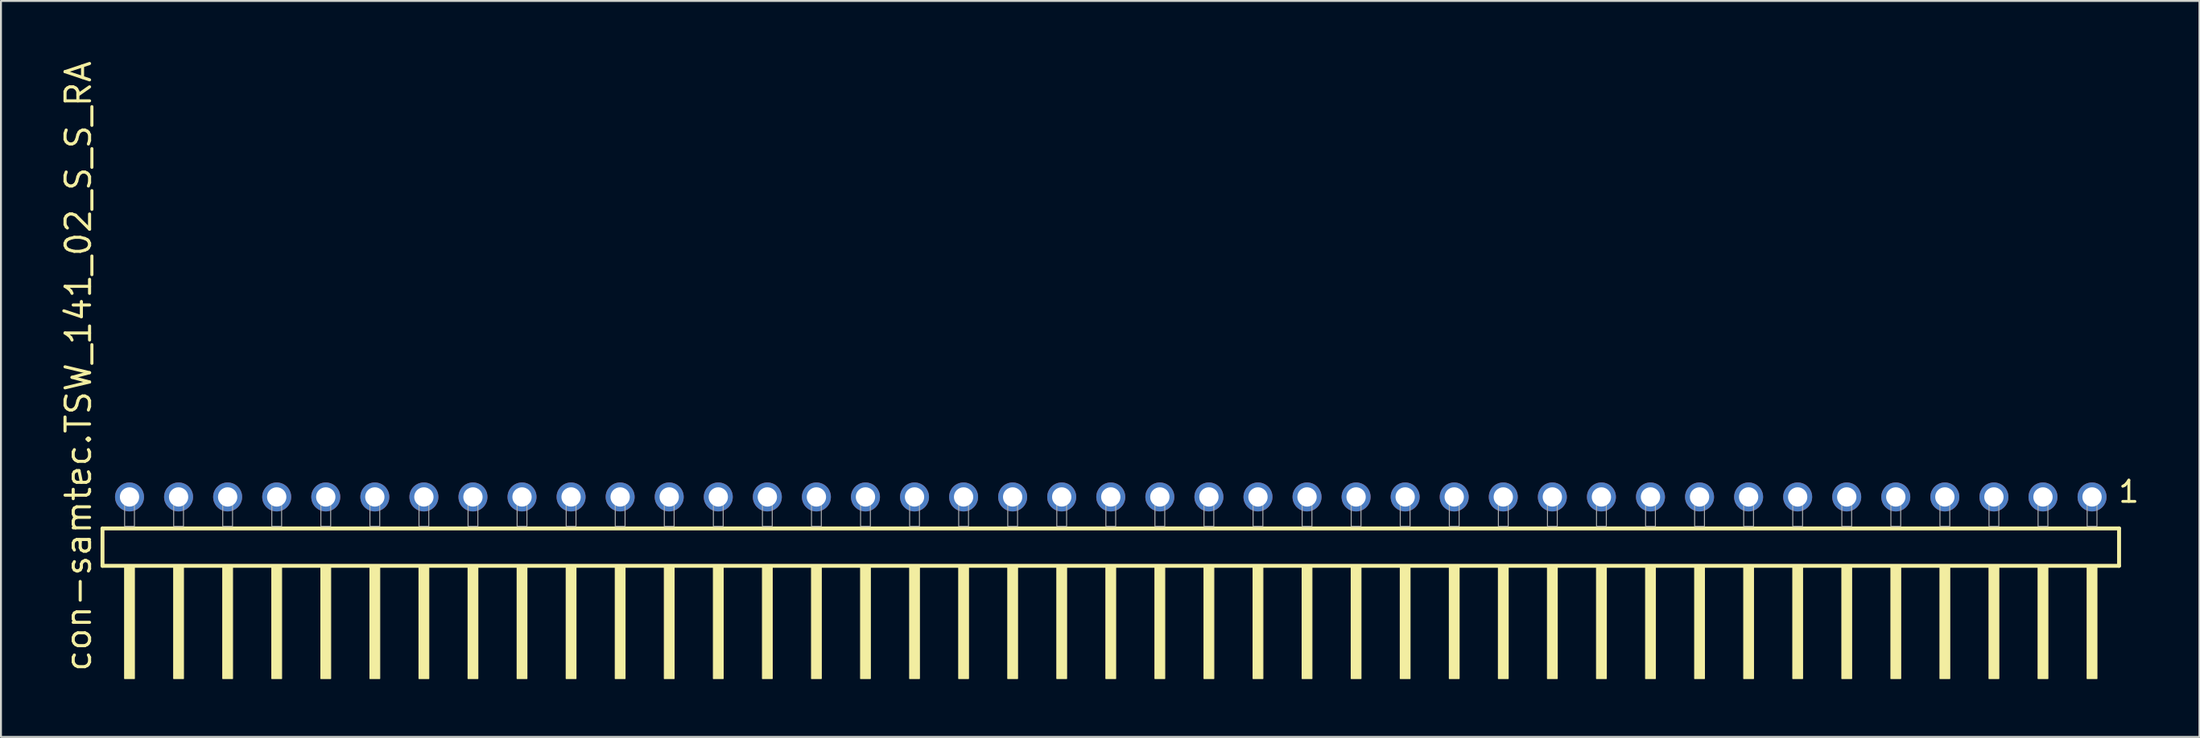
<source format=kicad_pcb>
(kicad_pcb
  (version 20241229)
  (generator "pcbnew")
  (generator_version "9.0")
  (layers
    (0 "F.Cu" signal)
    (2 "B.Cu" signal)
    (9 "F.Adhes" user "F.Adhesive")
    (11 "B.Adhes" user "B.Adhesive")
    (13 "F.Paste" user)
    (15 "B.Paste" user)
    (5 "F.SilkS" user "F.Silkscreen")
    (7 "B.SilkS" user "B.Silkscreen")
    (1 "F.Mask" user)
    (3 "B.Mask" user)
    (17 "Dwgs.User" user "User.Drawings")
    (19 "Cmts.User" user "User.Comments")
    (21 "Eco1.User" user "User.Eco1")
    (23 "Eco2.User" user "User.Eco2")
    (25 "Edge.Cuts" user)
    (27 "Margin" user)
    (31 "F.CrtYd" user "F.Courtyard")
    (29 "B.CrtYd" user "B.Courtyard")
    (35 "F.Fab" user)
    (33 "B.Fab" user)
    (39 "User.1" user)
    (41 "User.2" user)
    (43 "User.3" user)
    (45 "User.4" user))
  (footprint "con-samtec.TSW_141_02_S_S_RA"
    (layer "F.Cu")
    (at 54.455 24.235)
    (property "Reference" "con-samtec.TSW_141_02_S_S_RA" (at -52.705 7.62 90) (layer "F.SilkS") (effects (font (size 1.27 1.27) (thickness 0.16)) (justify left bottom)))
    (attr through_hole)
    (fp_line (start -52.199 0.106) (end -52.199 2.046) (stroke (width 0.203) (type default)) (layer "F.SilkS"))
    (fp_line (start -52.199 2.046) (end 52.199 2.046) (stroke (width 0.203) (type default)) (layer "F.SilkS"))
    (fp_line (start 52.199 0.106) (end -52.199 0.106) (stroke (width 0.203) (type default)) (layer "F.SilkS"))
    (fp_line (start 52.199 2.046) (end 52.199 0.106) (stroke (width 0.203) (type default)) (layer "F.SilkS"))
    (fp_rect (start -51.054 7.89) (end -50.546 2.04) (stroke (width 0.05) (type default)) (fill yes) (layer "F.SilkS"))
    (fp_rect (start -48.514 7.89) (end -48.006 2.04) (stroke (width 0.05) (type default)) (fill yes) (layer "F.SilkS"))
    (fp_rect (start -45.974 7.89) (end -45.466 2.04) (stroke (width 0.05) (type default)) (fill yes) (layer "F.SilkS"))
    (fp_rect (start -43.434 7.89) (end -42.926 2.04) (stroke (width 0.05) (type default)) (fill yes) (layer "F.SilkS"))
    (fp_rect (start -40.894 7.89) (end -40.386 2.04) (stroke (width 0.05) (type default)) (fill yes) (layer "F.SilkS"))
    (fp_rect (start -38.354 7.89) (end -37.846 2.04) (stroke (width 0.05) (type default)) (fill yes) (layer "F.SilkS"))
    (fp_rect (start -35.814 7.89) (end -35.306 2.04) (stroke (width 0.05) (type default)) (fill yes) (layer "F.SilkS"))
    (fp_rect (start -33.274 7.89) (end -32.766 2.04) (stroke (width 0.05) (type default)) (fill yes) (layer "F.SilkS"))
    (fp_rect (start -30.734 7.89) (end -30.226 2.04) (stroke (width 0.05) (type default)) (fill yes) (layer "F.SilkS"))
    (fp_rect (start -28.194 7.89) (end -27.686 2.04) (stroke (width 0.05) (type default)) (fill yes) (layer "F.SilkS"))
    (fp_rect (start -25.654 7.89) (end -25.146 2.04) (stroke (width 0.05) (type default)) (fill yes) (layer "F.SilkS"))
    (fp_rect (start -23.114 7.89) (end -22.606 2.04) (stroke (width 0.05) (type default)) (fill yes) (layer "F.SilkS"))
    (fp_rect (start -20.574 7.89) (end -20.066 2.04) (stroke (width 0.05) (type default)) (fill yes) (layer "F.SilkS"))
    (fp_rect (start -18.034 7.89) (end -17.526 2.04) (stroke (width 0.05) (type default)) (fill yes) (layer "F.SilkS"))
    (fp_rect (start -15.494 7.89) (end -14.986 2.04) (stroke (width 0.05) (type default)) (fill yes) (layer "F.SilkS"))
    (fp_rect (start -12.954 7.89) (end -12.446 2.04) (stroke (width 0.05) (type default)) (fill yes) (layer "F.SilkS"))
    (fp_rect (start -10.414 7.89) (end -9.906 2.04) (stroke (width 0.05) (type default)) (fill yes) (layer "F.SilkS"))
    (fp_rect (start -7.874 7.89) (end -7.366 2.04) (stroke (width 0.05) (type default)) (fill yes) (layer "F.SilkS"))
    (fp_rect (start -5.334 7.89) (end -4.826 2.04) (stroke (width 0.05) (type default)) (fill yes) (layer "F.SilkS"))
    (fp_rect (start -2.794 7.89) (end -2.286 2.04) (stroke (width 0.05) (type default)) (fill yes) (layer "F.SilkS"))
    (fp_rect (start -0.254 7.89) (end 0.254 2.04) (stroke (width 0.05) (type default)) (fill yes) (layer "F.SilkS"))
    (fp_rect (start 2.286 7.89) (end 2.794 2.04) (stroke (width 0.05) (type default)) (fill yes) (layer "F.SilkS"))
    (fp_rect (start 4.826 7.89) (end 5.334 2.04) (stroke (width 0.05) (type default)) (fill yes) (layer "F.SilkS"))
    (fp_rect (start 7.366 7.89) (end 7.874 2.04) (stroke (width 0.05) (type default)) (fill yes) (layer "F.SilkS"))
    (fp_rect (start 9.906 7.89) (end 10.414 2.04) (stroke (width 0.05) (type default)) (fill yes) (layer "F.SilkS"))
    (fp_rect (start 12.446 7.89) (end 12.954 2.04) (stroke (width 0.05) (type default)) (fill yes) (layer "F.SilkS"))
    (fp_rect (start 14.986 7.89) (end 15.494 2.04) (stroke (width 0.05) (type default)) (fill yes) (layer "F.SilkS"))
    (fp_rect (start 17.526 7.89) (end 18.034 2.04) (stroke (width 0.05) (type default)) (fill yes) (layer "F.SilkS"))
    (fp_rect (start 20.066 7.89) (end 20.574 2.04) (stroke (width 0.05) (type default)) (fill yes) (layer "F.SilkS"))
    (fp_rect (start 22.606 7.89) (end 23.114 2.04) (stroke (width 0.05) (type default)) (fill yes) (layer "F.SilkS"))
    (fp_rect (start 25.146 7.89) (end 25.654 2.04) (stroke (width 0.05) (type default)) (fill yes) (layer "F.SilkS"))
    (fp_rect (start 27.686 7.89) (end 28.194 2.04) (stroke (width 0.05) (type default)) (fill yes) (layer "F.SilkS"))
    (fp_rect (start 30.226 7.89) (end 30.734 2.04) (stroke (width 0.05) (type default)) (fill yes) (layer "F.SilkS"))
    (fp_rect (start 32.766 7.89) (end 33.274 2.04) (stroke (width 0.05) (type default)) (fill yes) (layer "F.SilkS"))
    (fp_rect (start 35.306 7.89) (end 35.814 2.04) (stroke (width 0.05) (type default)) (fill yes) (layer "F.SilkS"))
    (fp_rect (start 37.846 7.89) (end 38.354 2.04) (stroke (width 0.05) (type default)) (fill yes) (layer "F.SilkS"))
    (fp_rect (start 40.386 7.89) (end 40.894 2.04) (stroke (width 0.05) (type default)) (fill yes) (layer "F.SilkS"))
    (fp_rect (start 42.926 7.89) (end 43.434 2.04) (stroke (width 0.05) (type default)) (fill yes) (layer "F.SilkS"))
    (fp_rect (start 45.466 7.89) (end 45.974 2.04) (stroke (width 0.05) (type default)) (fill yes) (layer "F.SilkS"))
    (fp_rect (start 48.006 7.89) (end 48.514 2.04) (stroke (width 0.05) (type default)) (fill yes) (layer "F.SilkS"))
    (fp_rect (start 50.546 7.89) (end 51.054 2.04) (stroke (width 0.05) (type default)) (fill yes) (layer "F.SilkS"))
    (fp_rect (start -51.054 0) (end -50.546 -1.778) (stroke (width 0.05) (type default)) (fill no) (layer "F.Fab"))
    (fp_rect (start -48.514 0) (end -48.006 -1.778) (stroke (width 0.05) (type default)) (fill no) (layer "F.Fab"))
    (fp_rect (start -45.974 0) (end -45.466 -1.778) (stroke (width 0.05) (type default)) (fill no) (layer "F.Fab"))
    (fp_rect (start -43.434 0) (end -42.926 -1.778) (stroke (width 0.05) (type default)) (fill no) (layer "F.Fab"))
    (fp_rect (start -40.894 0) (end -40.386 -1.778) (stroke (width 0.05) (type default)) (fill no) (layer "F.Fab"))
    (fp_rect (start -38.354 0) (end -37.846 -1.778) (stroke (width 0.05) (type default)) (fill no) (layer "F.Fab"))
    (fp_rect (start -35.814 0) (end -35.306 -1.778) (stroke (width 0.05) (type default)) (fill no) (layer "F.Fab"))
    (fp_rect (start -33.274 0) (end -32.766 -1.778) (stroke (width 0.05) (type default)) (fill no) (layer "F.Fab"))
    (fp_rect (start -30.734 0) (end -30.226 -1.778) (stroke (width 0.05) (type default)) (fill no) (layer "F.Fab"))
    (fp_rect (start -28.194 0) (end -27.686 -1.778) (stroke (width 0.05) (type default)) (fill no) (layer "F.Fab"))
    (fp_rect (start -25.654 0) (end -25.146 -1.778) (stroke (width 0.05) (type default)) (fill no) (layer "F.Fab"))
    (fp_rect (start -23.114 0) (end -22.606 -1.778) (stroke (width 0.05) (type default)) (fill no) (layer "F.Fab"))
    (fp_rect (start -20.574 0) (end -20.066 -1.778) (stroke (width 0.05) (type default)) (fill no) (layer "F.Fab"))
    (fp_rect (start -18.034 0) (end -17.526 -1.778) (stroke (width 0.05) (type default)) (fill no) (layer "F.Fab"))
    (fp_rect (start -15.494 0) (end -14.986 -1.778) (stroke (width 0.05) (type default)) (fill no) (layer "F.Fab"))
    (fp_rect (start -12.954 0) (end -12.446 -1.778) (stroke (width 0.05) (type default)) (fill no) (layer "F.Fab"))
    (fp_rect (start -10.414 0) (end -9.906 -1.778) (stroke (width 0.05) (type default)) (fill no) (layer "F.Fab"))
    (fp_rect (start -7.874 0) (end -7.366 -1.778) (stroke (width 0.05) (type default)) (fill no) (layer "F.Fab"))
    (fp_rect (start -5.334 0) (end -4.826 -1.778) (stroke (width 0.05) (type default)) (fill no) (layer "F.Fab"))
    (fp_rect (start -2.794 0) (end -2.286 -1.778) (stroke (width 0.05) (type default)) (fill no) (layer "F.Fab"))
    (fp_rect (start -0.254 0) (end 0.254 -1.778) (stroke (width 0.05) (type default)) (fill no) (layer "F.Fab"))
    (fp_rect (start 2.286 0) (end 2.794 -1.778) (stroke (width 0.05) (type default)) (fill no) (layer "F.Fab"))
    (fp_rect (start 4.826 0) (end 5.334 -1.778) (stroke (width 0.05) (type default)) (fill no) (layer "F.Fab"))
    (fp_rect (start 7.366 0) (end 7.874 -1.778) (stroke (width 0.05) (type default)) (fill no) (layer "F.Fab"))
    (fp_rect (start 9.906 0) (end 10.414 -1.778) (stroke (width 0.05) (type default)) (fill no) (layer "F.Fab"))
    (fp_rect (start 12.446 0) (end 12.954 -1.778) (stroke (width 0.05) (type default)) (fill no) (layer "F.Fab"))
    (fp_rect (start 14.986 0) (end 15.494 -1.778) (stroke (width 0.05) (type default)) (fill no) (layer "F.Fab"))
    (fp_rect (start 17.526 0) (end 18.034 -1.778) (stroke (width 0.05) (type default)) (fill no) (layer "F.Fab"))
    (fp_rect (start 20.066 0) (end 20.574 -1.778) (stroke (width 0.05) (type default)) (fill no) (layer "F.Fab"))
    (fp_rect (start 22.606 0) (end 23.114 -1.778) (stroke (width 0.05) (type default)) (fill no) (layer "F.Fab"))
    (fp_rect (start 25.146 0) (end 25.654 -1.778) (stroke (width 0.05) (type default)) (fill no) (layer "F.Fab"))
    (fp_rect (start 27.686 0) (end 28.194 -1.778) (stroke (width 0.05) (type default)) (fill no) (layer "F.Fab"))
    (fp_rect (start 30.226 0) (end 30.734 -1.778) (stroke (width 0.05) (type default)) (fill no) (layer "F.Fab"))
    (fp_rect (start 32.766 0) (end 33.274 -1.778) (stroke (width 0.05) (type default)) (fill no) (layer "F.Fab"))
    (fp_rect (start 35.306 0) (end 35.814 -1.778) (stroke (width 0.05) (type default)) (fill no) (layer "F.Fab"))
    (fp_rect (start 37.846 0) (end 38.354 -1.778) (stroke (width 0.05) (type default)) (fill no) (layer "F.Fab"))
    (fp_rect (start 40.386 0) (end 40.894 -1.778) (stroke (width 0.05) (type default)) (fill no) (layer "F.Fab"))
    (fp_rect (start 42.926 0) (end 43.434 -1.778) (stroke (width 0.05) (type default)) (fill no) (layer "F.Fab"))
    (fp_rect (start 45.466 0) (end 45.974 -1.778) (stroke (width 0.05) (type default)) (fill no) (layer "F.Fab"))
    (fp_rect (start 48.006 0) (end 48.514 -1.778) (stroke (width 0.05) (type default)) (fill no) (layer "F.Fab"))
    (fp_rect (start 50.546 0) (end 51.054 -1.778) (stroke (width 0.05) (type default)) (fill no) (layer "F.Fab"))
    (fp_text user "1" (at 52.082 -1.152 0) (layer "F.SilkS") (effects (font (size 1.1 1.1) (thickness 0.15)) (justify left bottom)))
    (pad "1" thru_hole circle (at 50.8 -1.524 180) (size 1.5 1.5) (drill 1) (layers "*.Cu" "*.Mask"))
    (pad "2" thru_hole circle (at 48.26 -1.524 180) (size 1.5 1.5) (drill 1) (layers "*.Cu" "*.Mask"))
    (pad "3" thru_hole circle (at 45.72 -1.524 180) (size 1.5 1.5) (drill 1) (layers "*.Cu" "*.Mask"))
    (pad "4" thru_hole circle (at 43.18 -1.524 180) (size 1.5 1.5) (drill 1) (layers "*.Cu" "*.Mask"))
    (pad "5" thru_hole circle (at 40.64 -1.524 180) (size 1.5 1.5) (drill 1) (layers "*.Cu" "*.Mask"))
    (pad "6" thru_hole circle (at 38.1 -1.524 180) (size 1.5 1.5) (drill 1) (layers "*.Cu" "*.Mask"))
    (pad "7" thru_hole circle (at 35.56 -1.524 180) (size 1.5 1.5) (drill 1) (layers "*.Cu" "*.Mask"))
    (pad "8" thru_hole circle (at 33.02 -1.524 180) (size 1.5 1.5) (drill 1) (layers "*.Cu" "*.Mask"))
    (pad "9" thru_hole circle (at 30.48 -1.524 180) (size 1.5 1.5) (drill 1) (layers "*.Cu" "*.Mask"))
    (pad "10" thru_hole circle (at 27.94 -1.524 180) (size 1.5 1.5) (drill 1) (layers "*.Cu" "*.Mask"))
    (pad "11" thru_hole circle (at 25.4 -1.524 180) (size 1.5 1.5) (drill 1) (layers "*.Cu" "*.Mask"))
    (pad "12" thru_hole circle (at 22.86 -1.524 180) (size 1.5 1.5) (drill 1) (layers "*.Cu" "*.Mask"))
    (pad "13" thru_hole circle (at 20.32 -1.524 180) (size 1.5 1.5) (drill 1) (layers "*.Cu" "*.Mask"))
    (pad "14" thru_hole circle (at 17.78 -1.524 180) (size 1.5 1.5) (drill 1) (layers "*.Cu" "*.Mask"))
    (pad "15" thru_hole circle (at 15.24 -1.524 180) (size 1.5 1.5) (drill 1) (layers "*.Cu" "*.Mask"))
    (pad "16" thru_hole circle (at 12.7 -1.524 180) (size 1.5 1.5) (drill 1) (layers "*.Cu" "*.Mask"))
    (pad "17" thru_hole circle (at 10.16 -1.524 180) (size 1.5 1.5) (drill 1) (layers "*.Cu" "*.Mask"))
    (pad "18" thru_hole circle (at 7.62 -1.524 180) (size 1.5 1.5) (drill 1) (layers "*.Cu" "*.Mask"))
    (pad "19" thru_hole circle (at 5.08 -1.524 180) (size 1.5 1.5) (drill 1) (layers "*.Cu" "*.Mask"))
    (pad "20" thru_hole circle (at 2.54 -1.524 180) (size 1.5 1.5) (drill 1) (layers "*.Cu" "*.Mask"))
    (pad "21" thru_hole circle (at 0 -1.524 180) (size 1.5 1.5) (drill 1) (layers "*.Cu" "*.Mask"))
    (pad "22" thru_hole circle (at -2.54 -1.524 180) (size 1.5 1.5) (drill 1) (layers "*.Cu" "*.Mask"))
    (pad "23" thru_hole circle (at -5.08 -1.524 180) (size 1.5 1.5) (drill 1) (layers "*.Cu" "*.Mask"))
    (pad "24" thru_hole circle (at -7.62 -1.524 180) (size 1.5 1.5) (drill 1) (layers "*.Cu" "*.Mask"))
    (pad "25" thru_hole circle (at -10.16 -1.524 180) (size 1.5 1.5) (drill 1) (layers "*.Cu" "*.Mask"))
    (pad "26" thru_hole circle (at -12.7 -1.524 180) (size 1.5 1.5) (drill 1) (layers "*.Cu" "*.Mask"))
    (pad "27" thru_hole circle (at -15.24 -1.524 180) (size 1.5 1.5) (drill 1) (layers "*.Cu" "*.Mask"))
    (pad "28" thru_hole circle (at -17.78 -1.524 180) (size 1.5 1.5) (drill 1) (layers "*.Cu" "*.Mask"))
    (pad "29" thru_hole circle (at -20.32 -1.524 180) (size 1.5 1.5) (drill 1) (layers "*.Cu" "*.Mask"))
    (pad "30" thru_hole circle (at -22.86 -1.524 180) (size 1.5 1.5) (drill 1) (layers "*.Cu" "*.Mask"))
    (pad "31" thru_hole circle (at -25.4 -1.524 180) (size 1.5 1.5) (drill 1) (layers "*.Cu" "*.Mask"))
    (pad "32" thru_hole circle (at -27.94 -1.524 180) (size 1.5 1.5) (drill 1) (layers "*.Cu" "*.Mask"))
    (pad "33" thru_hole circle (at -30.48 -1.524 180) (size 1.5 1.5) (drill 1) (layers "*.Cu" "*.Mask"))
    (pad "34" thru_hole circle (at -33.02 -1.524 180) (size 1.5 1.5) (drill 1) (layers "*.Cu" "*.Mask"))
    (pad "35" thru_hole circle (at -35.56 -1.524 180) (size 1.5 1.5) (drill 1) (layers "*.Cu" "*.Mask"))
    (pad "36" thru_hole circle (at -38.1 -1.524 180) (size 1.5 1.5) (drill 1) (layers "*.Cu" "*.Mask"))
    (pad "37" thru_hole circle (at -40.64 -1.524 180) (size 1.5 1.5) (drill 1) (layers "*.Cu" "*.Mask"))
    (pad "38" thru_hole circle (at -43.18 -1.524 180) (size 1.5 1.5) (drill 1) (layers "*.Cu" "*.Mask"))
    (pad "39" thru_hole circle (at -45.72 -1.524 180) (size 1.5 1.5) (drill 1) (layers "*.Cu" "*.Mask"))
    (pad "40" thru_hole circle (at -48.26 -1.524 180) (size 1.5 1.5) (drill 1) (layers "*.Cu" "*.Mask"))
    (pad "41" thru_hole circle (at -50.8 -1.524 180) (size 1.5 1.5) (drill 1) (layers "*.Cu" "*.Mask")))
  (gr_rect
    (start -3 -3)
    (end 110.815 35.15)
    (stroke (width 0.1) (type default))
    (fill no)
    (layer "Edge.Cuts")))
</source>
